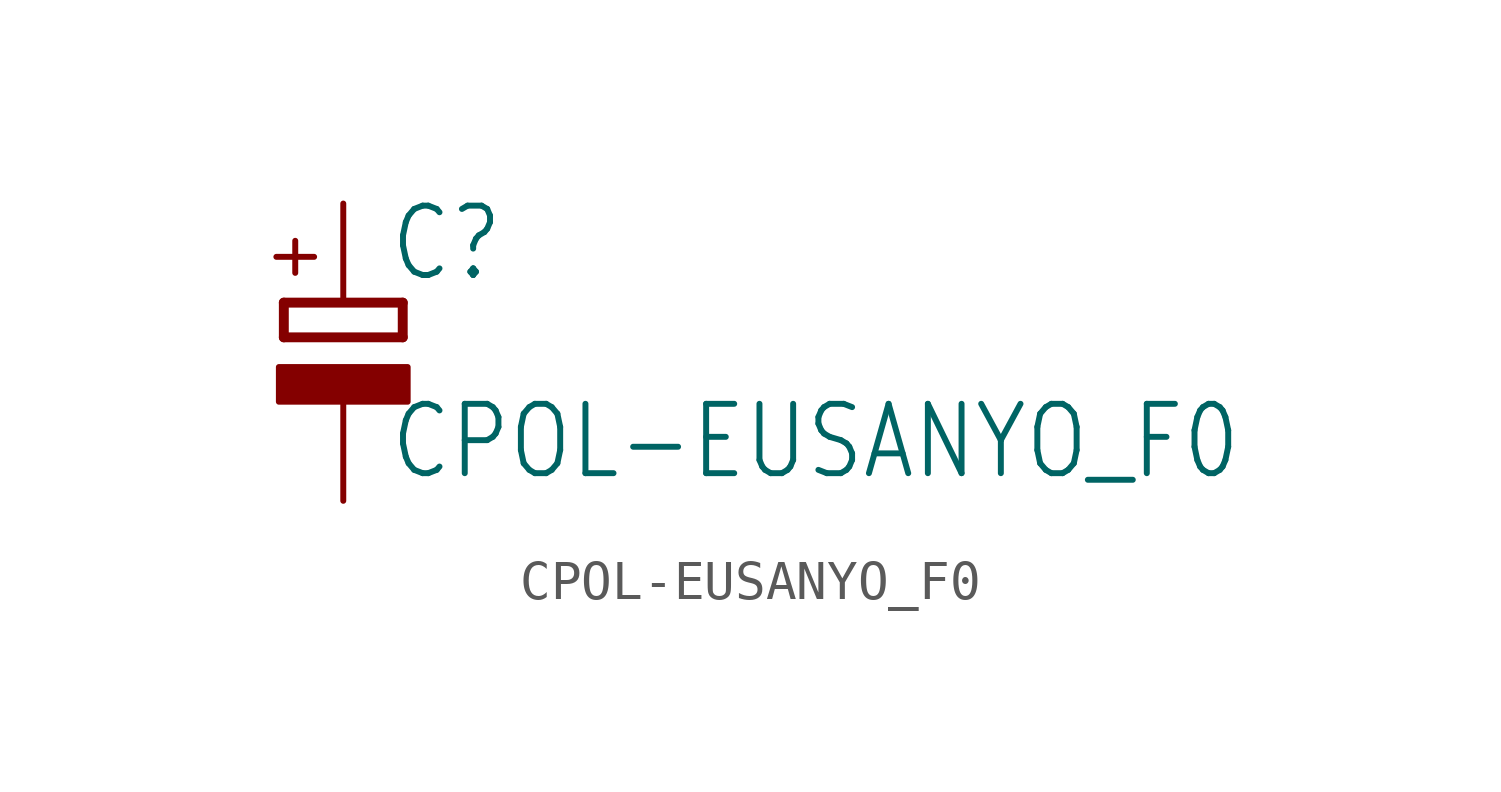
<source format=kicad_sym>
(kicad_symbol_lib
  (version 20220914)
  (generator kicad_symbol_editor)
  (symbol "CPOL-EUSANYO_F0"
    (property "Reference" "C"
      (at 1.143 0.483 0)
      (effects (font (size 1.778 1.511)) (justify left bottom)))
    (property "Value" "CPOL-EUSANYO_F0"
      (at 1.143 -4.597 0)
      (effects (font (size 1.778 1.511)) (justify left bottom)))
    (property "ki_locked" ""
      (at 0 0 0)
      (effects (font (size 1.27 1.27))))
    (symbol "CPOL-EUSANYO_F0_1_0"
      (rectangle (start -1.651 -2.54) (end 1.651 -1.651) (stroke (width 0) (type default)) (fill (type outline)))
      (polyline (pts (xy -1.524 -0.889) (xy 1.524 -0.889)) (stroke (width 0.254) (type default)) (fill (type none)))
      (polyline (pts (xy -1.524 0) (xy -1.524 -0.889)) (stroke (width 0.254) (type default)) (fill (type none)))
      (polyline (pts (xy -1.524 0) (xy 1.524 0)) (stroke (width 0.254) (type default)) (fill (type none)))
      (polyline (pts (xy 1.524 -0.889) (xy 1.524 0)) (stroke (width 0.254) (type default)) (fill (type none)))
      (text "+" (at -0.584 0.406 900) (effects (font (size 1.27 1.079)) (justify left bottom)))
      (pin passive line (at 0 2.54 270) (length 2.54) (name "+" (effects (font (size 0 0)))) (number "+" (effects (font (size 0 0)))))
      (pin passive line (at 0 -5.08 90) (length 2.54) (name "-" (effects (font (size 0 0)))) (number "-" (effects (font (size 0 0))))))))
</source>
